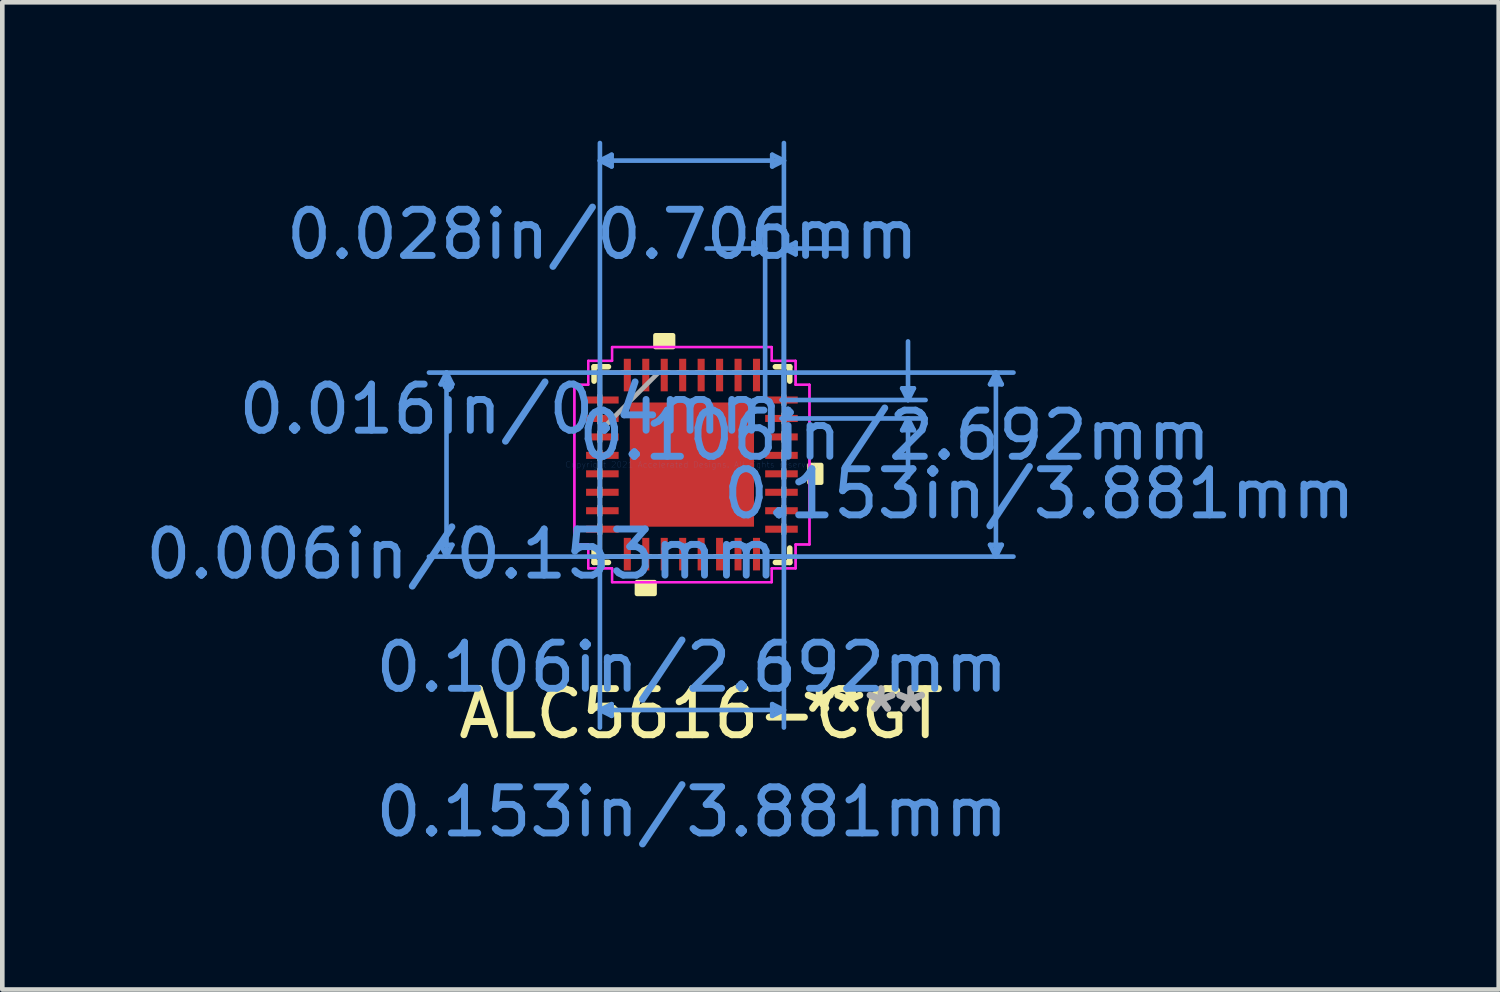
<source format=kicad_pcb>
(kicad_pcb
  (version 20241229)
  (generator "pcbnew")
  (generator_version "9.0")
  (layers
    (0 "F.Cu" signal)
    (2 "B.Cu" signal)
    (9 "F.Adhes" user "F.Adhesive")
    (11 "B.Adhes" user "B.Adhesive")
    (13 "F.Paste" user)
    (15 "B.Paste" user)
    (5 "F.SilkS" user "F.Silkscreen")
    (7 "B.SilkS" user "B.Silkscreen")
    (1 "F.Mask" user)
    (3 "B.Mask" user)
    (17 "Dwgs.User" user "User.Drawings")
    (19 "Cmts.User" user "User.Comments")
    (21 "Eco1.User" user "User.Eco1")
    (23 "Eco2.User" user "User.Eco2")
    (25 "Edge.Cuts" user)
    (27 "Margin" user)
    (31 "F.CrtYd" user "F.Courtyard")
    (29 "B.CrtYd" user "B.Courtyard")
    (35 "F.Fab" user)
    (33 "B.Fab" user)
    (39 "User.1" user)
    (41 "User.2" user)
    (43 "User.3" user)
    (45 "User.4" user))
  (footprint "ALC5616-CGT"
    (layer "F.Cu")
    (at 11.947 7.02)
    (property "Reference" "ALC5616-CGT" (at 0.2 5.4 0) (layer "F.SilkS") (effects (font (size 1 1) (thickness 0.15))))
    (attr through_hole)
    (fp_line (start -2.121 -2.121) (end -2.121 -1.809) (stroke (width 0.12) (type solid)) (layer "F.SilkS"))
    (fp_line (start -2.121 1.809) (end -2.121 2.121) (stroke (width 0.12) (type solid)) (layer "F.SilkS"))
    (fp_line (start -2.121 2.121) (end -1.809 2.121) (stroke (width 0.12) (type solid)) (layer "F.SilkS"))
    (fp_line (start -1.809 -2.121) (end -2.121 -2.121) (stroke (width 0.12) (type solid)) (layer "F.SilkS"))
    (fp_line (start 1.809 2.121) (end 2.121 2.121) (stroke (width 0.12) (type solid)) (layer "F.SilkS"))
    (fp_line (start 2.121 -2.121) (end 1.809 -2.121) (stroke (width 0.12) (type solid)) (layer "F.SilkS"))
    (fp_line (start 2.121 -1.809) (end 2.121 -2.121) (stroke (width 0.12) (type solid)) (layer "F.SilkS"))
    (fp_line (start 2.121 2.121) (end 2.121 1.809) (stroke (width 0.12) (type solid)) (layer "F.SilkS"))
    (fp_poly (pts (xy -1.191 2.548) (xy -1.191 2.802) (xy -0.81 2.802) (xy -0.81 2.548)) (stroke (width 0.1) (type solid)) (fill yes) (layer "F.SilkS"))
    (fp_poly (pts (xy -0.79 -2.548) (xy -0.79 -2.802) (xy -0.409 -2.802) (xy -0.409 -2.548)) (stroke (width 0.1) (type solid)) (fill yes) (layer "F.SilkS"))
    (fp_poly (pts (xy 2.802 0.009) (xy 2.802 0.391) (xy 2.548 0.391) (xy 2.548 0.009)) (stroke (width 0.1) (type solid)) (fill yes) (layer "F.SilkS"))
    (fp_poly (pts (xy -1.246 -1.246) (xy -1.246 -0.1) (xy -0.1 -0.1) (xy -0.1 -1.246)) (stroke (width 0.1) (type solid)) (fill yes) (layer "F.Paste"))
    (fp_poly (pts (xy -1.246 0.1) (xy -1.246 1.246) (xy -0.1 1.246) (xy -0.1 0.1)) (stroke (width 0.1) (type solid)) (fill yes) (layer "F.Paste"))
    (fp_poly (pts (xy 0.1 -1.246) (xy 0.1 -0.1) (xy 1.246 -0.1) (xy 1.246 -1.246)) (stroke (width 0.1) (type solid)) (fill yes) (layer "F.Paste"))
    (fp_poly (pts (xy 0.1 0.1) (xy 0.1 1.246) (xy 1.246 1.246) (xy 1.246 0.1)) (stroke (width 0.1) (type solid)) (fill yes) (layer "F.Paste"))
    (fp_line (start -5.446 -1.74) (end -5.192 -1.74) (stroke (width 0.1) (type solid)) (layer "Cmts.User"))
    (fp_line (start -5.446 1.74) (end -5.192 1.74) (stroke (width 0.1) (type solid)) (layer "Cmts.User"))
    (fp_line (start -5.319 -1.994) (end -5.446 -1.74) (stroke (width 0.1) (type solid)) (layer "Cmts.User"))
    (fp_line (start -5.319 -1.994) (end -5.319 1.994) (stroke (width 0.1) (type solid)) (layer "Cmts.User"))
    (fp_line (start -5.319 -1.994) (end -5.192 -1.74) (stroke (width 0.1) (type solid)) (layer "Cmts.User"))
    (fp_line (start -5.319 1.994) (end -5.446 1.74) (stroke (width 0.1) (type solid)) (layer "Cmts.User"))
    (fp_line (start -5.319 1.994) (end -5.192 1.74) (stroke (width 0.1) (type solid)) (layer "Cmts.User"))
    (fp_line (start -1.994 -6.589) (end -1.74 -6.716) (stroke (width 0.1) (type solid)) (layer "Cmts.User"))
    (fp_line (start -1.994 -6.589) (end -1.74 -6.462) (stroke (width 0.1) (type solid)) (layer "Cmts.User"))
    (fp_line (start -1.994 -6.589) (end 1.994 -6.589) (stroke (width 0.1) (type solid)) (layer "Cmts.User"))
    (fp_line (start -1.994 -1.994) (end -1.994 5.7) (stroke (width 0.1) (type solid)) (layer "Cmts.User"))
    (fp_line (start -1.994 -1.4) (end -1.994 -6.97) (stroke (width 0.1) (type solid)) (layer "Cmts.User"))
    (fp_line (start -1.994 5.319) (end -1.74 5.192) (stroke (width 0.1) (type solid)) (layer "Cmts.User"))
    (fp_line (start -1.994 5.319) (end -1.74 5.446) (stroke (width 0.1) (type solid)) (layer "Cmts.User"))
    (fp_line (start -1.994 5.319) (end 1.994 5.319) (stroke (width 0.1) (type solid)) (layer "Cmts.User"))
    (fp_line (start -1.74 -6.716) (end -1.74 -6.462) (stroke (width 0.1) (type solid)) (layer "Cmts.User"))
    (fp_line (start -1.74 5.192) (end -1.74 5.446) (stroke (width 0.1) (type solid)) (layer "Cmts.User"))
    (fp_line (start 1.333 -4.811) (end 1.333 -4.557) (stroke (width 0.1) (type solid)) (layer "Cmts.User"))
    (fp_line (start 1.4 -1.994) (end 6.97 -1.994) (stroke (width 0.1) (type solid)) (layer "Cmts.User"))
    (fp_line (start 1.4 1.994) (end 6.97 1.994) (stroke (width 0.1) (type solid)) (layer "Cmts.User"))
    (fp_line (start 1.587 -4.684) (end 0.318 -4.684) (stroke (width 0.1) (type solid)) (layer "Cmts.User"))
    (fp_line (start 1.587 -4.684) (end 1.333 -4.811) (stroke (width 0.1) (type solid)) (layer "Cmts.User"))
    (fp_line (start 1.587 -4.684) (end 1.333 -4.557) (stroke (width 0.1) (type solid)) (layer "Cmts.User"))
    (fp_line (start 1.587 -1.4) (end 1.587 -5.065) (stroke (width 0.1) (type solid)) (layer "Cmts.User"))
    (fp_line (start 1.74 -6.716) (end 1.74 -6.462) (stroke (width 0.1) (type solid)) (layer "Cmts.User"))
    (fp_line (start 1.74 5.192) (end 1.74 5.446) (stroke (width 0.1) (type solid)) (layer "Cmts.User"))
    (fp_line (start 1.941 -1.4) (end 5.065 -1.4) (stroke (width 0.1) (type solid)) (layer "Cmts.User"))
    (fp_line (start 1.941 -1) (end 5.065 -1) (stroke (width 0.1) (type solid)) (layer "Cmts.User"))
    (fp_line (start 1.994 -6.589) (end 1.74 -6.716) (stroke (width 0.1) (type solid)) (layer "Cmts.User"))
    (fp_line (start 1.994 -6.589) (end 1.74 -6.462) (stroke (width 0.1) (type solid)) (layer "Cmts.User"))
    (fp_line (start 1.994 -4.684) (end 2.248 -4.811) (stroke (width 0.1) (type solid)) (layer "Cmts.User"))
    (fp_line (start 1.994 -4.684) (end 2.248 -4.557) (stroke (width 0.1) (type solid)) (layer "Cmts.User"))
    (fp_line (start 1.994 -4.684) (end 3.264 -4.684) (stroke (width 0.1) (type solid)) (layer "Cmts.User"))
    (fp_line (start 1.994 -1.994) (end -5.7 -1.994) (stroke (width 0.1) (type solid)) (layer "Cmts.User"))
    (fp_line (start 1.994 -1.994) (end 1.994 5.7) (stroke (width 0.1) (type solid)) (layer "Cmts.User"))
    (fp_line (start 1.994 -1.4) (end 1.994 -6.97) (stroke (width 0.1) (type solid)) (layer "Cmts.User"))
    (fp_line (start 1.994 -1.4) (end 1.994 -5.065) (stroke (width 0.1) (type solid)) (layer "Cmts.User"))
    (fp_line (start 1.994 1.994) (end -5.7 1.994) (stroke (width 0.1) (type solid)) (layer "Cmts.User"))
    (fp_line (start 1.994 5.319) (end 1.74 5.192) (stroke (width 0.1) (type solid)) (layer "Cmts.User"))
    (fp_line (start 1.994 5.319) (end 1.74 5.446) (stroke (width 0.1) (type solid)) (layer "Cmts.User"))
    (fp_line (start 2.248 -4.811) (end 2.248 -4.557) (stroke (width 0.1) (type solid)) (layer "Cmts.User"))
    (fp_line (start 4.557 -1.654) (end 4.811 -1.654) (stroke (width 0.1) (type solid)) (layer "Cmts.User"))
    (fp_line (start 4.557 -0.746) (end 4.811 -0.746) (stroke (width 0.1) (type solid)) (layer "Cmts.User"))
    (fp_line (start 4.684 -1.4) (end 4.557 -1.654) (stroke (width 0.1) (type solid)) (layer "Cmts.User"))
    (fp_line (start 4.684 -1.4) (end 4.684 -2.67) (stroke (width 0.1) (type solid)) (layer "Cmts.User"))
    (fp_line (start 4.684 -1.4) (end 4.811 -1.654) (stroke (width 0.1) (type solid)) (layer "Cmts.User"))
    (fp_line (start 4.684 -1) (end 4.557 -0.746) (stroke (width 0.1) (type solid)) (layer "Cmts.User"))
    (fp_line (start 4.684 -1) (end 4.684 0.27) (stroke (width 0.1) (type solid)) (layer "Cmts.User"))
    (fp_line (start 4.684 -1) (end 4.811 -0.746) (stroke (width 0.1) (type solid)) (layer "Cmts.User"))
    (fp_line (start 6.462 -1.74) (end 6.716 -1.74) (stroke (width 0.1) (type solid)) (layer "Cmts.User"))
    (fp_line (start 6.462 1.74) (end 6.716 1.74) (stroke (width 0.1) (type solid)) (layer "Cmts.User"))
    (fp_line (start 6.589 -1.994) (end 6.462 -1.74) (stroke (width 0.1) (type solid)) (layer "Cmts.User"))
    (fp_line (start 6.589 -1.994) (end 6.589 1.994) (stroke (width 0.1) (type solid)) (layer "Cmts.User"))
    (fp_line (start 6.589 -1.994) (end 6.716 -1.74) (stroke (width 0.1) (type solid)) (layer "Cmts.User"))
    (fp_line (start 6.589 1.994) (end 6.462 1.74) (stroke (width 0.1) (type solid)) (layer "Cmts.User"))
    (fp_line (start 6.589 1.994) (end 6.716 1.74) (stroke (width 0.1) (type solid)) (layer "Cmts.User"))
    (fp_line (start -2.548 -1.731) (end -2.248 -1.731) (stroke (width 0.05) (type solid)) (layer "F.CrtYd"))
    (fp_line (start -2.548 -1.731) (end -2.248 -1.731) (stroke (width 0.05) (type solid)) (layer "F.CrtYd"))
    (fp_line (start -2.548 1.731) (end -2.548 -1.731) (stroke (width 0.05) (type solid)) (layer "F.CrtYd"))
    (fp_line (start -2.548 1.731) (end -2.548 -1.731) (stroke (width 0.05) (type solid)) (layer "F.CrtYd"))
    (fp_line (start -2.248 -2.248) (end -1.731 -2.248) (stroke (width 0.05) (type solid)) (layer "F.CrtYd"))
    (fp_line (start -2.248 -2.248) (end -1.731 -2.248) (stroke (width 0.05) (type solid)) (layer "F.CrtYd"))
    (fp_line (start -2.248 -1.731) (end -2.248 -2.248) (stroke (width 0.05) (type solid)) (layer "F.CrtYd"))
    (fp_line (start -2.248 -1.731) (end -2.248 -2.248) (stroke (width 0.05) (type solid)) (layer "F.CrtYd"))
    (fp_line (start -2.248 1.731) (end -2.548 1.731) (stroke (width 0.05) (type solid)) (layer "F.CrtYd"))
    (fp_line (start -2.248 1.731) (end -2.548 1.731) (stroke (width 0.05) (type solid)) (layer "F.CrtYd"))
    (fp_line (start -2.248 2.248) (end -2.248 1.731) (stroke (width 0.05) (type solid)) (layer "F.CrtYd"))
    (fp_line (start -2.248 2.248) (end -2.248 1.731) (stroke (width 0.05) (type solid)) (layer "F.CrtYd"))
    (fp_line (start -1.731 -2.548) (end 1.731 -2.548) (stroke (width 0.05) (type solid)) (layer "F.CrtYd"))
    (fp_line (start -1.731 -2.548) (end 1.731 -2.548) (stroke (width 0.05) (type solid)) (layer "F.CrtYd"))
    (fp_line (start -1.731 -2.248) (end -1.731 -2.548) (stroke (width 0.05) (type solid)) (layer "F.CrtYd"))
    (fp_line (start -1.731 -2.248) (end -1.731 -2.548) (stroke (width 0.05) (type solid)) (layer "F.CrtYd"))
    (fp_line (start -1.731 2.248) (end -2.248 2.248) (stroke (width 0.05) (type solid)) (layer "F.CrtYd"))
    (fp_line (start -1.731 2.248) (end -2.248 2.248) (stroke (width 0.05) (type solid)) (layer "F.CrtYd"))
    (fp_line (start -1.731 2.548) (end -1.731 2.248) (stroke (width 0.05) (type solid)) (layer "F.CrtYd"))
    (fp_line (start -1.731 2.548) (end -1.731 2.248) (stroke (width 0.05) (type solid)) (layer "F.CrtYd"))
    (fp_line (start 1.731 -2.548) (end 1.731 -2.248) (stroke (width 0.05) (type solid)) (layer "F.CrtYd"))
    (fp_line (start 1.731 -2.548) (end 1.731 -2.248) (stroke (width 0.05) (type solid)) (layer "F.CrtYd"))
    (fp_line (start 1.731 -2.248) (end 2.248 -2.248) (stroke (width 0.05) (type solid)) (layer "F.CrtYd"))
    (fp_line (start 1.731 -2.248) (end 2.248 -2.248) (stroke (width 0.05) (type solid)) (layer "F.CrtYd"))
    (fp_line (start 1.731 2.248) (end 1.731 2.548) (stroke (width 0.05) (type solid)) (layer "F.CrtYd"))
    (fp_line (start 1.731 2.248) (end 1.731 2.548) (stroke (width 0.05) (type solid)) (layer "F.CrtYd"))
    (fp_line (start 1.731 2.548) (end -1.731 2.548) (stroke (width 0.05) (type solid)) (layer "F.CrtYd"))
    (fp_line (start 1.731 2.548) (end -1.731 2.548) (stroke (width 0.05) (type solid)) (layer "F.CrtYd"))
    (fp_line (start 2.248 -2.248) (end 2.248 -1.731) (stroke (width 0.05) (type solid)) (layer "F.CrtYd"))
    (fp_line (start 2.248 -2.248) (end 2.248 -1.731) (stroke (width 0.05) (type solid)) (layer "F.CrtYd"))
    (fp_line (start 2.248 -1.731) (end 2.548 -1.731) (stroke (width 0.05) (type solid)) (layer "F.CrtYd"))
    (fp_line (start 2.248 -1.731) (end 2.548 -1.731) (stroke (width 0.05) (type solid)) (layer "F.CrtYd"))
    (fp_line (start 2.248 1.731) (end 2.248 2.248) (stroke (width 0.05) (type solid)) (layer "F.CrtYd"))
    (fp_line (start 2.248 1.731) (end 2.248 2.248) (stroke (width 0.05) (type solid)) (layer "F.CrtYd"))
    (fp_line (start 2.248 2.248) (end 1.731 2.248) (stroke (width 0.05) (type solid)) (layer "F.CrtYd"))
    (fp_line (start 2.248 2.248) (end 1.731 2.248) (stroke (width 0.05) (type solid)) (layer "F.CrtYd"))
    (fp_line (start 2.548 -1.731) (end 2.548 1.731) (stroke (width 0.05) (type solid)) (layer "F.CrtYd"))
    (fp_line (start 2.548 -1.731) (end 2.548 1.731) (stroke (width 0.05) (type solid)) (layer "F.CrtYd"))
    (fp_line (start 2.548 1.731) (end 2.248 1.731) (stroke (width 0.05) (type solid)) (layer "F.CrtYd"))
    (fp_line (start 2.548 1.731) (end 2.248 1.731) (stroke (width 0.05) (type solid)) (layer "F.CrtYd"))
    (fp_line (start -1.994 -1.994) (end -1.994 -1.994) (stroke (width 0.1) (type solid)) (layer "F.Fab"))
    (fp_line (start -1.994 -1.994) (end -1.994 1.994) (stroke (width 0.1) (type solid)) (layer "F.Fab"))
    (fp_line (start -1.994 -1.502) (end -1.994 -1.502) (stroke (width 0.1) (type solid)) (layer "F.Fab"))
    (fp_line (start -1.994 -1.502) (end -1.994 -1.298) (stroke (width 0.1) (type solid)) (layer "F.Fab"))
    (fp_line (start -1.994 -1.298) (end -1.994 -1.502) (stroke (width 0.1) (type solid)) (layer "F.Fab"))
    (fp_line (start -1.994 -1.298) (end -1.994 -1.298) (stroke (width 0.1) (type solid)) (layer "F.Fab"))
    (fp_line (start -1.994 -1.102) (end -1.994 -1.102) (stroke (width 0.1) (type solid)) (layer "F.Fab"))
    (fp_line (start -1.994 -1.102) (end -1.994 -0.898) (stroke (width 0.1) (type solid)) (layer "F.Fab"))
    (fp_line (start -1.994 -0.898) (end -1.994 -1.102) (stroke (width 0.1) (type solid)) (layer "F.Fab"))
    (fp_line (start -1.994 -0.898) (end -1.994 -0.898) (stroke (width 0.1) (type solid)) (layer "F.Fab"))
    (fp_line (start -1.994 -0.724) (end -0.724 -1.994) (stroke (width 0.1) (type solid)) (layer "F.Fab"))
    (fp_line (start -1.994 -0.702) (end -1.994 -0.702) (stroke (width 0.1) (type solid)) (layer "F.Fab"))
    (fp_line (start -1.994 -0.702) (end -1.994 -0.498) (stroke (width 0.1) (type solid)) (layer "F.Fab"))
    (fp_line (start -1.994 -0.498) (end -1.994 -0.702) (stroke (width 0.1) (type solid)) (layer "F.Fab"))
    (fp_line (start -1.994 -0.498) (end -1.994 -0.498) (stroke (width 0.1) (type solid)) (layer "F.Fab"))
    (fp_line (start -1.994 -0.302) (end -1.994 -0.302) (stroke (width 0.1) (type solid)) (layer "F.Fab"))
    (fp_line (start -1.994 -0.302) (end -1.994 -0.098) (stroke (width 0.1) (type solid)) (layer "F.Fab"))
    (fp_line (start -1.994 -0.098) (end -1.994 -0.302) (stroke (width 0.1) (type solid)) (layer "F.Fab"))
    (fp_line (start -1.994 -0.098) (end -1.994 -0.098) (stroke (width 0.1) (type solid)) (layer "F.Fab"))
    (fp_line (start -1.994 0.098) (end -1.994 0.098) (stroke (width 0.1) (type solid)) (layer "F.Fab"))
    (fp_line (start -1.994 0.098) (end -1.994 0.302) (stroke (width 0.1) (type solid)) (layer "F.Fab"))
    (fp_line (start -1.994 0.302) (end -1.994 0.098) (stroke (width 0.1) (type solid)) (layer "F.Fab"))
    (fp_line (start -1.994 0.302) (end -1.994 0.302) (stroke (width 0.1) (type solid)) (layer "F.Fab"))
    (fp_line (start -1.994 0.498) (end -1.994 0.498) (stroke (width 0.1) (type solid)) (layer "F.Fab"))
    (fp_line (start -1.994 0.498) (end -1.994 0.702) (stroke (width 0.1) (type solid)) (layer "F.Fab"))
    (fp_line (start -1.994 0.702) (end -1.994 0.498) (stroke (width 0.1) (type solid)) (layer "F.Fab"))
    (fp_line (start -1.994 0.702) (end -1.994 0.702) (stroke (width 0.1) (type solid)) (layer "F.Fab"))
    (fp_line (start -1.994 0.898) (end -1.994 0.898) (stroke (width 0.1) (type solid)) (layer "F.Fab"))
    (fp_line (start -1.994 0.898) (end -1.994 1.102) (stroke (width 0.1) (type solid)) (layer "F.Fab"))
    (fp_line (start -1.994 1.102) (end -1.994 0.898) (stroke (width 0.1) (type solid)) (layer "F.Fab"))
    (fp_line (start -1.994 1.102) (end -1.994 1.102) (stroke (width 0.1) (type solid)) (layer "F.Fab"))
    (fp_line (start -1.994 1.298) (end -1.994 1.298) (stroke (width 0.1) (type solid)) (layer "F.Fab"))
    (fp_line (start -1.994 1.298) (end -1.994 1.502) (stroke (width 0.1) (type solid)) (layer "F.Fab"))
    (fp_line (start -1.994 1.502) (end -1.994 1.298) (stroke (width 0.1) (type solid)) (layer "F.Fab"))
    (fp_line (start -1.994 1.502) (end -1.994 1.502) (stroke (width 0.1) (type solid)) (layer "F.Fab"))
    (fp_line (start -1.994 1.994) (end -1.994 1.994) (stroke (width 0.1) (type solid)) (layer "F.Fab"))
    (fp_line (start -1.994 1.994) (end 1.994 1.994) (stroke (width 0.1) (type solid)) (layer "F.Fab"))
    (fp_line (start -1.502 -1.994) (end -1.502 -1.994) (stroke (width 0.1) (type solid)) (layer "F.Fab"))
    (fp_line (start -1.502 -1.994) (end -1.298 -1.994) (stroke (width 0.1) (type solid)) (layer "F.Fab"))
    (fp_line (start -1.502 1.994) (end -1.502 1.994) (stroke (width 0.1) (type solid)) (layer "F.Fab"))
    (fp_line (start -1.502 1.994) (end -1.298 1.994) (stroke (width 0.1) (type solid)) (layer "F.Fab"))
    (fp_line (start -1.298 -1.994) (end -1.502 -1.994) (stroke (width 0.1) (type solid)) (layer "F.Fab"))
    (fp_line (start -1.298 -1.994) (end -1.298 -1.994) (stroke (width 0.1) (type solid)) (layer "F.Fab"))
    (fp_line (start -1.298 1.994) (end -1.502 1.994) (stroke (width 0.1) (type solid)) (layer "F.Fab"))
    (fp_line (start -1.298 1.994) (end -1.298 1.994) (stroke (width 0.1) (type solid)) (layer "F.Fab"))
    (fp_line (start -1.102 -1.994) (end -1.102 -1.994) (stroke (width 0.1) (type solid)) (layer "F.Fab"))
    (fp_line (start -1.102 -1.994) (end -0.898 -1.994) (stroke (width 0.1) (type solid)) (layer "F.Fab"))
    (fp_line (start -1.102 1.994) (end -1.102 1.994) (stroke (width 0.1) (type solid)) (layer "F.Fab"))
    (fp_line (start -1.102 1.994) (end -0.898 1.994) (stroke (width 0.1) (type solid)) (layer "F.Fab"))
    (fp_line (start -0.898 -1.994) (end -1.102 -1.994) (stroke (width 0.1) (type solid)) (layer "F.Fab"))
    (fp_line (start -0.898 -1.994) (end -0.898 -1.994) (stroke (width 0.1) (type solid)) (layer "F.Fab"))
    (fp_line (start -0.898 1.994) (end -1.102 1.994) (stroke (width 0.1) (type solid)) (layer "F.Fab"))
    (fp_line (start -0.898 1.994) (end -0.898 1.994) (stroke (width 0.1) (type solid)) (layer "F.Fab"))
    (fp_line (start -0.702 -1.994) (end -0.702 -1.994) (stroke (width 0.1) (type solid)) (layer "F.Fab"))
    (fp_line (start -0.702 -1.994) (end -0.498 -1.994) (stroke (width 0.1) (type solid)) (layer "F.Fab"))
    (fp_line (start -0.702 1.994) (end -0.702 1.994) (stroke (width 0.1) (type solid)) (layer "F.Fab"))
    (fp_line (start -0.702 1.994) (end -0.498 1.994) (stroke (width 0.1) (type solid)) (layer "F.Fab"))
    (fp_line (start -0.498 -1.994) (end -0.702 -1.994) (stroke (width 0.1) (type solid)) (layer "F.Fab"))
    (fp_line (start -0.498 -1.994) (end -0.498 -1.994) (stroke (width 0.1) (type solid)) (layer "F.Fab"))
    (fp_line (start -0.498 1.994) (end -0.702 1.994) (stroke (width 0.1) (type solid)) (layer "F.Fab"))
    (fp_line (start -0.498 1.994) (end -0.498 1.994) (stroke (width 0.1) (type solid)) (layer "F.Fab"))
    (fp_line (start -0.302 -1.994) (end -0.302 -1.994) (stroke (width 0.1) (type solid)) (layer "F.Fab"))
    (fp_line (start -0.302 -1.994) (end -0.098 -1.994) (stroke (width 0.1) (type solid)) (layer "F.Fab"))
    (fp_line (start -0.302 1.994) (end -0.302 1.994) (stroke (width 0.1) (type solid)) (layer "F.Fab"))
    (fp_line (start -0.302 1.994) (end -0.098 1.994) (stroke (width 0.1) (type solid)) (layer "F.Fab"))
    (fp_line (start -0.098 -1.994) (end -0.302 -1.994) (stroke (width 0.1) (type solid)) (layer "F.Fab"))
    (fp_line (start -0.098 -1.994) (end -0.098 -1.994) (stroke (width 0.1) (type solid)) (layer "F.Fab"))
    (fp_line (start -0.098 1.994) (end -0.302 1.994) (stroke (width 0.1) (type solid)) (layer "F.Fab"))
    (fp_line (start -0.098 1.994) (end -0.098 1.994) (stroke (width 0.1) (type solid)) (layer "F.Fab"))
    (fp_line (start 0.098 -1.994) (end 0.098 -1.994) (stroke (width 0.1) (type solid)) (layer "F.Fab"))
    (fp_line (start 0.098 -1.994) (end 0.302 -1.994) (stroke (width 0.1) (type solid)) (layer "F.Fab"))
    (fp_line (start 0.098 1.994) (end 0.098 1.994) (stroke (width 0.1) (type solid)) (layer "F.Fab"))
    (fp_line (start 0.098 1.994) (end 0.302 1.994) (stroke (width 0.1) (type solid)) (layer "F.Fab"))
    (fp_line (start 0.302 -1.994) (end 0.098 -1.994) (stroke (width 0.1) (type solid)) (layer "F.Fab"))
    (fp_line (start 0.302 -1.994) (end 0.302 -1.994) (stroke (width 0.1) (type solid)) (layer "F.Fab"))
    (fp_line (start 0.302 1.994) (end 0.098 1.994) (stroke (width 0.1) (type solid)) (layer "F.Fab"))
    (fp_line (start 0.302 1.994) (end 0.302 1.994) (stroke (width 0.1) (type solid)) (layer "F.Fab"))
    (fp_line (start 0.498 -1.994) (end 0.498 -1.994) (stroke (width 0.1) (type solid)) (layer "F.Fab"))
    (fp_line (start 0.498 -1.994) (end 0.702 -1.994) (stroke (width 0.1) (type solid)) (layer "F.Fab"))
    (fp_line (start 0.498 1.994) (end 0.498 1.994) (stroke (width 0.1) (type solid)) (layer "F.Fab"))
    (fp_line (start 0.498 1.994) (end 0.702 1.994) (stroke (width 0.1) (type solid)) (layer "F.Fab"))
    (fp_line (start 0.702 -1.994) (end 0.498 -1.994) (stroke (width 0.1) (type solid)) (layer "F.Fab"))
    (fp_line (start 0.702 -1.994) (end 0.702 -1.994) (stroke (width 0.1) (type solid)) (layer "F.Fab"))
    (fp_line (start 0.702 1.994) (end 0.498 1.994) (stroke (width 0.1) (type solid)) (layer "F.Fab"))
    (fp_line (start 0.702 1.994) (end 0.702 1.994) (stroke (width 0.1) (type solid)) (layer "F.Fab"))
    (fp_line (start 0.898 -1.994) (end 0.898 -1.994) (stroke (width 0.1) (type solid)) (layer "F.Fab"))
    (fp_line (start 0.898 -1.994) (end 1.102 -1.994) (stroke (width 0.1) (type solid)) (layer "F.Fab"))
    (fp_line (start 0.898 1.994) (end 0.898 1.994) (stroke (width 0.1) (type solid)) (layer "F.Fab"))
    (fp_line (start 0.898 1.994) (end 1.102 1.994) (stroke (width 0.1) (type solid)) (layer "F.Fab"))
    (fp_line (start 1.102 -1.994) (end 0.898 -1.994) (stroke (width 0.1) (type solid)) (layer "F.Fab"))
    (fp_line (start 1.102 -1.994) (end 1.102 -1.994) (stroke (width 0.1) (type solid)) (layer "F.Fab"))
    (fp_line (start 1.102 1.994) (end 0.898 1.994) (stroke (width 0.1) (type solid)) (layer "F.Fab"))
    (fp_line (start 1.102 1.994) (end 1.102 1.994) (stroke (width 0.1) (type solid)) (layer "F.Fab"))
    (fp_line (start 1.298 -1.994) (end 1.298 -1.994) (stroke (width 0.1) (type solid)) (layer "F.Fab"))
    (fp_line (start 1.298 -1.994) (end 1.502 -1.994) (stroke (width 0.1) (type solid)) (layer "F.Fab"))
    (fp_line (start 1.298 1.994) (end 1.298 1.994) (stroke (width 0.1) (type solid)) (layer "F.Fab"))
    (fp_line (start 1.298 1.994) (end 1.502 1.994) (stroke (width 0.1) (type solid)) (layer "F.Fab"))
    (fp_line (start 1.502 -1.994) (end 1.298 -1.994) (stroke (width 0.1) (type solid)) (layer "F.Fab"))
    (fp_line (start 1.502 -1.994) (end 1.502 -1.994) (stroke (width 0.1) (type solid)) (layer "F.Fab"))
    (fp_line (start 1.502 1.994) (end 1.298 1.994) (stroke (width 0.1) (type solid)) (layer "F.Fab"))
    (fp_line (start 1.502 1.994) (end 1.502 1.994) (stroke (width 0.1) (type solid)) (layer "F.Fab"))
    (fp_line (start 1.994 -1.994) (end -1.994 -1.994) (stroke (width 0.1) (type solid)) (layer "F.Fab"))
    (fp_line (start 1.994 -1.994) (end 1.994 -1.994) (stroke (width 0.1) (type solid)) (layer "F.Fab"))
    (fp_line (start 1.994 -1.502) (end 1.994 -1.502) (stroke (width 0.1) (type solid)) (layer "F.Fab"))
    (fp_line (start 1.994 -1.502) (end 1.994 -1.298) (stroke (width 0.1) (type solid)) (layer "F.Fab"))
    (fp_line (start 1.994 -1.298) (end 1.994 -1.502) (stroke (width 0.1) (type solid)) (layer "F.Fab"))
    (fp_line (start 1.994 -1.298) (end 1.994 -1.298) (stroke (width 0.1) (type solid)) (layer "F.Fab"))
    (fp_line (start 1.994 -1.102) (end 1.994 -1.102) (stroke (width 0.1) (type solid)) (layer "F.Fab"))
    (fp_line (start 1.994 -1.102) (end 1.994 -0.898) (stroke (width 0.1) (type solid)) (layer "F.Fab"))
    (fp_line (start 1.994 -0.898) (end 1.994 -1.102) (stroke (width 0.1) (type solid)) (layer "F.Fab"))
    (fp_line (start 1.994 -0.898) (end 1.994 -0.898) (stroke (width 0.1) (type solid)) (layer "F.Fab"))
    (fp_line (start 1.994 -0.702) (end 1.994 -0.702) (stroke (width 0.1) (type solid)) (layer "F.Fab"))
    (fp_line (start 1.994 -0.702) (end 1.994 -0.498) (stroke (width 0.1) (type solid)) (layer "F.Fab"))
    (fp_line (start 1.994 -0.498) (end 1.994 -0.702) (stroke (width 0.1) (type solid)) (layer "F.Fab"))
    (fp_line (start 1.994 -0.498) (end 1.994 -0.498) (stroke (width 0.1) (type solid)) (layer "F.Fab"))
    (fp_line (start 1.994 -0.302) (end 1.994 -0.302) (stroke (width 0.1) (type solid)) (layer "F.Fab"))
    (fp_line (start 1.994 -0.302) (end 1.994 -0.098) (stroke (width 0.1) (type solid)) (layer "F.Fab"))
    (fp_line (start 1.994 -0.098) (end 1.994 -0.302) (stroke (width 0.1) (type solid)) (layer "F.Fab"))
    (fp_line (start 1.994 -0.098) (end 1.994 -0.098) (stroke (width 0.1) (type solid)) (layer "F.Fab"))
    (fp_line (start 1.994 0.098) (end 1.994 0.098) (stroke (width 0.1) (type solid)) (layer "F.Fab"))
    (fp_line (start 1.994 0.098) (end 1.994 0.302) (stroke (width 0.1) (type solid)) (layer "F.Fab"))
    (fp_line (start 1.994 0.302) (end 1.994 0.098) (stroke (width 0.1) (type solid)) (layer "F.Fab"))
    (fp_line (start 1.994 0.302) (end 1.994 0.302) (stroke (width 0.1) (type solid)) (layer "F.Fab"))
    (fp_line (start 1.994 0.498) (end 1.994 0.498) (stroke (width 0.1) (type solid)) (layer "F.Fab"))
    (fp_line (start 1.994 0.498) (end 1.994 0.702) (stroke (width 0.1) (type solid)) (layer "F.Fab"))
    (fp_line (start 1.994 0.702) (end 1.994 0.498) (stroke (width 0.1) (type solid)) (layer "F.Fab"))
    (fp_line (start 1.994 0.702) (end 1.994 0.702) (stroke (width 0.1) (type solid)) (layer "F.Fab"))
    (fp_line (start 1.994 0.898) (end 1.994 0.898) (stroke (width 0.1) (type solid)) (layer "F.Fab"))
    (fp_line (start 1.994 0.898) (end 1.994 1.102) (stroke (width 0.1) (type solid)) (layer "F.Fab"))
    (fp_line (start 1.994 1.102) (end 1.994 0.898) (stroke (width 0.1) (type solid)) (layer "F.Fab"))
    (fp_line (start 1.994 1.102) (end 1.994 1.102) (stroke (width 0.1) (type solid)) (layer "F.Fab"))
    (fp_line (start 1.994 1.298) (end 1.994 1.298) (stroke (width 0.1) (type solid)) (layer "F.Fab"))
    (fp_line (start 1.994 1.298) (end 1.994 1.502) (stroke (width 0.1) (type solid)) (layer "F.Fab"))
    (fp_line (start 1.994 1.502) (end 1.994 1.298) (stroke (width 0.1) (type solid)) (layer "F.Fab"))
    (fp_line (start 1.994 1.502) (end 1.994 1.502) (stroke (width 0.1) (type solid)) (layer "F.Fab"))
    (fp_line (start 1.994 1.994) (end 1.994 -1.994) (stroke (width 0.1) (type solid)) (layer "F.Fab"))
    (fp_line (start 1.994 1.994) (end 1.994 1.994) (stroke (width 0.1) (type solid)) (layer "F.Fab"))
    (fp_text user "*" (at 3.4 5.4 0) (layer "F.SilkS") (effects (font (size 1 1) (thickness 0.15))))
    (fp_text user "*" (at 2.759 5.4 0) (layer "F.SilkS") (effects (font (size 1 1) (thickness 0.15))))
    (fp_text user "0.028in/0.706mm" (at -1.941 -4.989 0) (layer "Cmts.User") (effects (font (size 1 1) (thickness 0.15))))
    (fp_text user "0.106in/2.692mm" (at 0 4.394 0) (layer "Cmts.User") (effects (font (size 1 1) (thickness 0.15))))
    (fp_text user "0.153in/3.881mm" (at 7.529 0.635 0) (layer "Cmts.User") (effects (font (size 1 1) (thickness 0.15))))
    (fp_text user "0.153in/3.881mm" (at 0 7.529 0) (layer "Cmts.User") (effects (font (size 1 1) (thickness 0.15))))
    (fp_text user "Copyright 2021 Accelerated Designs. All rights reserved." (at 0 0 0) (layer "Cmts.User") (effects (font (size 0.127 0.127) (thickness 0.002))))
    (fp_text user "0.106in/2.692mm" (at 4.394 -0.635 0) (layer "Cmts.User") (effects (font (size 1 1) (thickness 0.15))))
    (fp_text user "0.016in/0.4mm" (at -3.922 -1.2 0) (layer "Cmts.User") (effects (font (size 1 1) (thickness 0.15))))
    (fp_text user "0.006in/0.153mm" (at -4.989 1.941 0) (layer "Cmts.User") (effects (font (size 1 1) (thickness 0.15))))
    (fp_text user "*" (at 4.741 5.4 0) (layer "F.Fab") (effects (font (size 1 1) (thickness 0.15))))
    (fp_text user "*" (at 4.1 5.4 0) (layer "F.Fab") (effects (font (size 1 1) (thickness 0.15))))
    (pad "1" smd rect (at -1.941 -1.4 90) (size 0.153 0.706) (layers "F.Cu" "F.Mask" "F.Paste"))
    (pad "2" smd rect (at -1.941 -1 90) (size 0.153 0.706) (layers "F.Cu" "F.Mask" "F.Paste"))
    (pad "3" smd rect (at -1.941 -0.6 90) (size 0.153 0.706) (layers "F.Cu" "F.Mask" "F.Paste"))
    (pad "4" smd rect (at -1.941 -0.2 90) (size 0.153 0.706) (layers "F.Cu" "F.Mask" "F.Paste"))
    (pad "5" smd rect (at -1.941 0.2 90) (size 0.153 0.706) (layers "F.Cu" "F.Mask" "F.Paste"))
    (pad "6" smd rect (at -1.941 0.6 90) (size 0.153 0.706) (layers "F.Cu" "F.Mask" "F.Paste"))
    (pad "7" smd rect (at -1.941 1 90) (size 0.153 0.706) (layers "F.Cu" "F.Mask" "F.Paste"))
    (pad "8" smd rect (at -1.941 1.4 90) (size 0.153 0.706) (layers "F.Cu" "F.Mask" "F.Paste"))
    (pad "9" smd rect (at -1.4 1.941) (size 0.153 0.706) (layers "F.Cu" "F.Mask" "F.Paste"))
    (pad "10" smd rect (at -1 1.941) (size 0.153 0.706) (layers "F.Cu" "F.Mask" "F.Paste"))
    (pad "11" smd rect (at -0.6 1.941) (size 0.153 0.706) (layers "F.Cu" "F.Mask" "F.Paste"))
    (pad "12" smd rect (at -0.2 1.941) (size 0.153 0.706) (layers "F.Cu" "F.Mask" "F.Paste"))
    (pad "13" smd rect (at 0.2 1.941) (size 0.153 0.706) (layers "F.Cu" "F.Mask" "F.Paste"))
    (pad "14" smd rect (at 0.6 1.941) (size 0.153 0.706) (layers "F.Cu" "F.Mask" "F.Paste"))
    (pad "15" smd rect (at 1 1.941) (size 0.153 0.706) (layers "F.Cu" "F.Mask" "F.Paste"))
    (pad "16" smd rect (at 1.4 1.941) (size 0.153 0.706) (layers "F.Cu" "F.Mask" "F.Paste"))
    (pad "17" smd rect (at 1.941 1.4 90) (size 0.153 0.706) (layers "F.Cu" "F.Mask" "F.Paste"))
    (pad "18" smd rect (at 1.941 1 90) (size 0.153 0.706) (layers "F.Cu" "F.Mask" "F.Paste"))
    (pad "19" smd rect (at 1.941 0.6 90) (size 0.153 0.706) (layers "F.Cu" "F.Mask" "F.Paste"))
    (pad "20" smd rect (at 1.941 0.2 90) (size 0.153 0.706) (layers "F.Cu" "F.Mask" "F.Paste"))
    (pad "21" smd rect (at 1.941 -0.2 90) (size 0.153 0.706) (layers "F.Cu" "F.Mask" "F.Paste"))
    (pad "22" smd rect (at 1.941 -0.6 90) (size 0.153 0.706) (layers "F.Cu" "F.Mask" "F.Paste"))
    (pad "23" smd rect (at 1.941 -1 90) (size 0.153 0.706) (layers "F.Cu" "F.Mask" "F.Paste"))
    (pad "24" smd rect (at 1.941 -1.4 90) (size 0.153 0.706) (layers "F.Cu" "F.Mask" "F.Paste"))
    (pad "25" smd rect (at 1.4 -1.941) (size 0.153 0.706) (layers "F.Cu" "F.Mask" "F.Paste"))
    (pad "26" smd rect (at 1 -1.941) (size 0.153 0.706) (layers "F.Cu" "F.Mask" "F.Paste"))
    (pad "27" smd rect (at 0.6 -1.941) (size 0.153 0.706) (layers "F.Cu" "F.Mask" "F.Paste"))
    (pad "28" smd rect (at 0.2 -1.941) (size 0.153 0.706) (layers "F.Cu" "F.Mask" "F.Paste"))
    (pad "29" smd rect (at -0.2 -1.941) (size 0.153 0.706) (layers "F.Cu" "F.Mask" "F.Paste"))
    (pad "30" smd rect (at -0.6 -1.941) (size 0.153 0.706) (layers "F.Cu" "F.Mask" "F.Paste"))
    (pad "31" smd rect (at -1 -1.941) (size 0.153 0.706) (layers "F.Cu" "F.Mask" "F.Paste"))
    (pad "32" smd rect (at -1.4 -1.941) (size 0.153 0.706) (layers "F.Cu" "F.Mask" "F.Paste"))
    (pad "33" smd rect (at 0 0) (size 2.692 2.692) (layers "F.Cu" "F.Mask")))
  (gr_rect
    (start -3 -3)
    (end 29.434 18.397)
    (stroke (width 0.1) (type default))
    (fill no)
    (layer "Edge.Cuts")))
</source>
